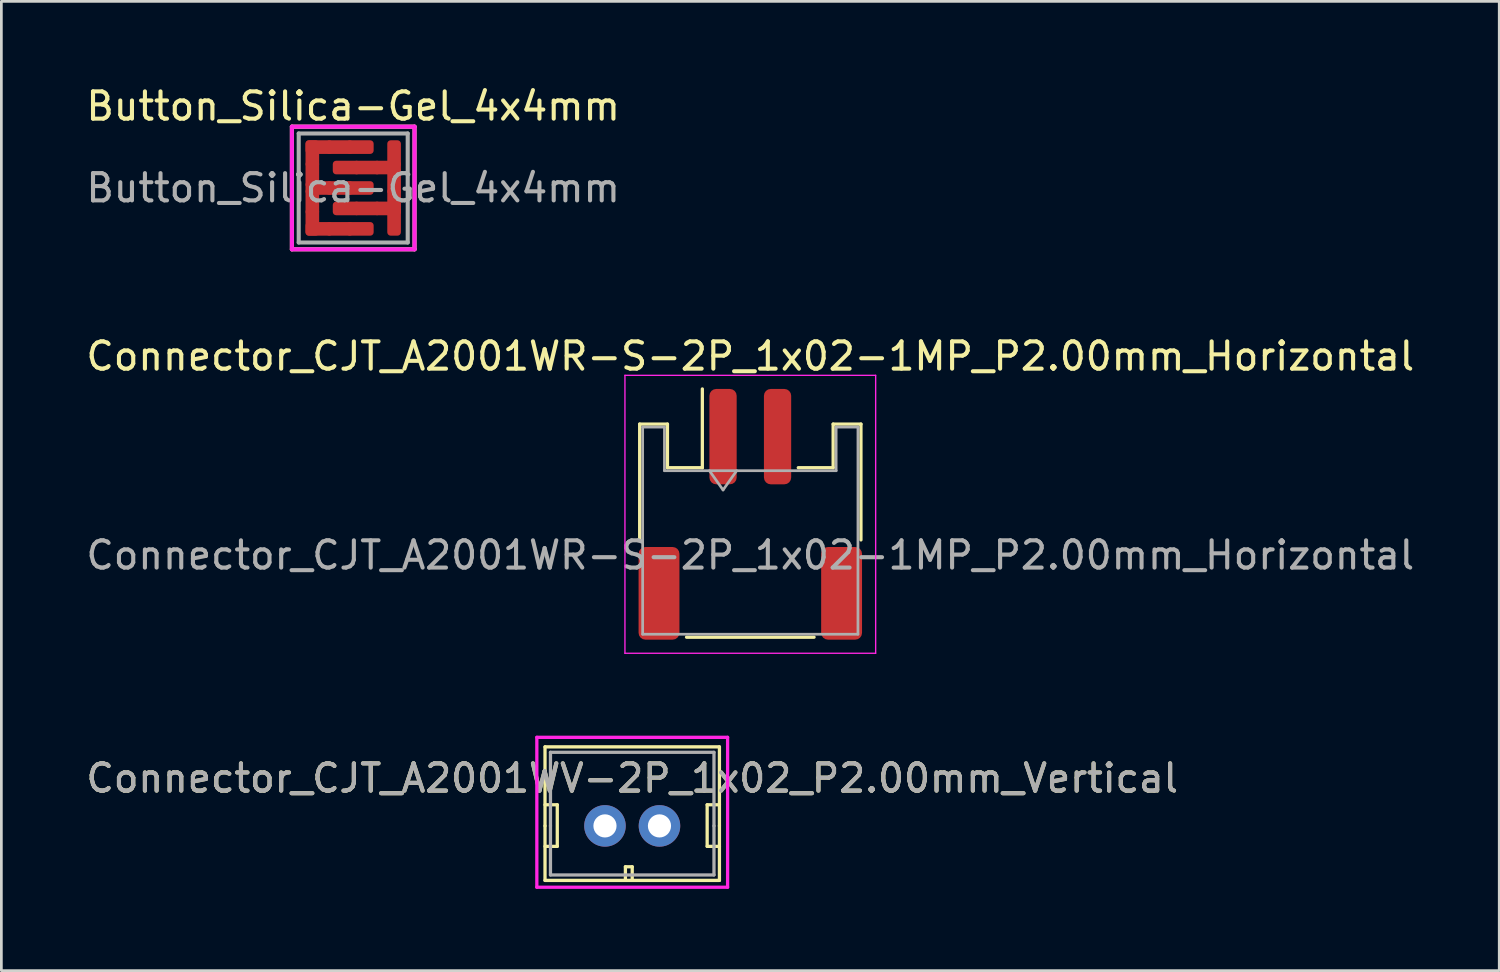
<source format=kicad_pcb>
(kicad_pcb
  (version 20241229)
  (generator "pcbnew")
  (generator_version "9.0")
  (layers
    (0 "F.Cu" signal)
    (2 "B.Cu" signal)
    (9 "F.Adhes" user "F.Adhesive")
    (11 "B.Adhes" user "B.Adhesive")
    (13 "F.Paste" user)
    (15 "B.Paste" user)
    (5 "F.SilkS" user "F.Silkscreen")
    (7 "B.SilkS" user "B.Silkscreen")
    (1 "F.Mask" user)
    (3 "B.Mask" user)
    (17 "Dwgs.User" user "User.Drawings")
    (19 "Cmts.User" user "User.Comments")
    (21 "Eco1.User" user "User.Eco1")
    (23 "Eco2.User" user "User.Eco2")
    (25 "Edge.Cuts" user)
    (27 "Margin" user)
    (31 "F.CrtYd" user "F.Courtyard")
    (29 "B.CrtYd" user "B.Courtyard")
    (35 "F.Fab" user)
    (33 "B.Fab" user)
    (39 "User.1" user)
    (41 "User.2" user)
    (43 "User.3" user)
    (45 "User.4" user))
  (footprint "Button_Silica-Gel_4x4mm"
    (layer "F.Cu")
    (at 9.911 3.848)
    (property "Reference" "Button_Silica-Gel_4x4mm" (at 0 -3 0) (layer "F.SilkS") (effects (font (size 1 1) (thickness 0.15))))
    (attr exclude_from_pos_files exclude_from_bom)
    (fp_line (start -2.25 -2.25) (end -2.25 2.25) (stroke (width 0.15) (type solid)) (layer "F.SilkS"))
    (fp_line (start -2.25 2.25) (end 2.25 2.25) (stroke (width 0.15) (type solid)) (layer "F.SilkS"))
    (fp_line (start 2.25 -2.25) (end -2.25 -2.25) (stroke (width 0.15) (type solid)) (layer "F.SilkS"))
    (fp_line (start 2.25 2.25) (end 2.25 -2.25) (stroke (width 0.15) (type solid)) (layer "F.SilkS"))
    (fp_line (start -2.25 -2.25) (end 2.25 -2.25) (stroke (width 0.15) (type solid)) (layer "F.CrtYd"))
    (fp_line (start -2.25 2.25) (end -2.25 -2.25) (stroke (width 0.15) (type solid)) (layer "F.CrtYd"))
    (fp_line (start 2.25 -2.25) (end 2.25 2.25) (stroke (width 0.15) (type solid)) (layer "F.CrtYd"))
    (fp_line (start 2.25 2.25) (end -2.25 2.25) (stroke (width 0.15) (type solid)) (layer "F.CrtYd"))
    (fp_line (start -2 -2) (end -2 2) (stroke (width 0.15) (type solid)) (layer "F.Fab"))
    (fp_line (start -2 2) (end 2 2) (stroke (width 0.15) (type solid)) (layer "F.Fab"))
    (fp_line (start 2 -2) (end -2 -2) (stroke (width 0.15) (type solid)) (layer "F.Fab"))
    (fp_line (start 2 2) (end 2 -2) (stroke (width 0.15) (type solid)) (layer "F.Fab"))
    (fp_text user "${REFERENCE}" (at 0 0 0) (layer "F.Fab") (effects (font (size 1 1) (thickness 0.15))))
    (pad "1" smd roundrect (at -1.5 -1.25 180) (size 0.5 1) (layers "F.Cu" "F.Mask" "F.Paste") (roundrect_rratio 0.25))
    (pad "1" smd roundrect (at -1.5 -0.5 180) (size 0.5 1) (layers "F.Cu" "F.Mask" "F.Paste") (roundrect_rratio 0.25))
    (pad "1" smd roundrect (at -1.5 0.5 180) (size 0.5 1) (layers "F.Cu" "F.Mask" "F.Paste") (roundrect_rratio 0.25))
    (pad "1" smd roundrect (at -1.5 1.25 180) (size 0.5 1) (layers "F.Cu" "F.Mask" "F.Paste") (roundrect_rratio 0.25))
    (pad "1" smd roundrect (at -1.25 -1.5 270) (size 0.5 1) (layers "F.Cu" "F.Mask" "F.Paste") (roundrect_rratio 0.25))
    (pad "1" smd roundrect (at -1.25 0 90) (size 0.5 1) (layers "F.Cu" "F.Mask" "F.Paste") (roundrect_rratio 0.25))
    (pad "1" smd roundrect (at -1.25 1.5 90) (size 0.5 1) (layers "F.Cu" "F.Mask" "F.Paste") (roundrect_rratio 0.25))
    (pad "1" smd roundrect (at -0.5 -1.5 270) (size 0.5 1) (layers "F.Cu" "F.Mask" "F.Paste") (roundrect_rratio 0.25))
    (pad "1" smd roundrect (at -0.5 0 90) (size 0.5 1) (layers "F.Cu" "F.Mask" "F.Paste") (roundrect_rratio 0.25))
    (pad "1" smd roundrect (at -0.5 1.5 90) (size 0.5 1) (layers "F.Cu" "F.Mask" "F.Paste") (roundrect_rratio 0.25))
    (pad "1" smd roundrect (at 0.25 -1.5 270) (size 0.5 1) (layers "F.Cu" "F.Mask" "F.Paste") (roundrect_rratio 0.25))
    (pad "1" smd roundrect (at 0.25 0 90) (size 0.5 1) (layers "F.Cu" "F.Mask" "F.Paste") (roundrect_rratio 0.25))
    (pad "1" smd roundrect (at 0.25 1.5 90) (size 0.5 1) (layers "F.Cu" "F.Mask" "F.Paste") (roundrect_rratio 0.25))
    (pad "2" smd roundrect (at -0.25 -0.75 90) (size 0.5 1) (layers "F.Cu" "F.Mask" "F.Paste") (roundrect_rratio 0.25))
    (pad "2" smd roundrect (at -0.25 0.75 90) (size 0.5 1) (layers "F.Cu" "F.Mask" "F.Paste") (roundrect_rratio 0.25))
    (pad "2" smd roundrect (at 0.5 -0.75 90) (size 0.5 1) (layers "F.Cu" "F.Mask" "F.Paste") (roundrect_rratio 0.25))
    (pad "2" smd roundrect (at 0.5 0.75 90) (size 0.5 1) (layers "F.Cu" "F.Mask" "F.Paste") (roundrect_rratio 0.25))
    (pad "2" smd roundrect (at 1.25 -0.75 90) (size 0.5 1) (layers "F.Cu" "F.Mask" "F.Paste") (roundrect_rratio 0.25))
    (pad "2" smd roundrect (at 1.25 0.75 90) (size 0.5 1) (layers "F.Cu" "F.Mask" "F.Paste") (roundrect_rratio 0.25))
    (pad "2" smd roundrect (at 1.5 -1.25 180) (size 0.5 1) (layers "F.Cu" "F.Mask" "F.Paste") (roundrect_rratio 0.25))
    (pad "2" smd roundrect (at 1.5 -0.25 180) (size 0.5 1) (layers "F.Cu" "F.Mask" "F.Paste") (roundrect_rratio 0.25))
    (pad "2" smd roundrect (at 1.5 0.5 180) (size 0.5 1) (layers "F.Cu" "F.Mask" "F.Paste") (roundrect_rratio 0.25))
    (pad "2" smd roundrect (at 1.5 1.25 180) (size 0.5 1) (layers "F.Cu" "F.Mask" "F.Paste") (roundrect_rratio 0.25)))
  (footprint "Connector_CJT_A2001WR-S-2P_1x02-1MP_P2.00mm_Horizontal"
    (layer "F.Cu")
    (at 24.482 15.822)
    (property "Reference" "Connector_CJT_A2001WR-S-2P_1x02-1MP_P2.00mm_Horizontal" (at 0 -5.8 0) (layer "F.SilkS") (effects (font (size 1 1) (thickness 0.15))))
    (attr smd)
    (fp_line (start -4.06 -3.31) (end -3.04 -3.31) (stroke (width 0.12) (type solid)) (layer "F.SilkS"))
    (fp_line (start -4.06 0.94) (end -4.06 -3.31) (stroke (width 0.12) (type solid)) (layer "F.SilkS"))
    (fp_line (start -3.04 -3.31) (end -3.04 -1.71) (stroke (width 0.12) (type solid)) (layer "F.SilkS"))
    (fp_line (start -3.04 -1.71) (end -1.76 -1.71) (stroke (width 0.12) (type solid)) (layer "F.SilkS"))
    (fp_line (start -2.34 4.51) (end 2.34 4.51) (stroke (width 0.12) (type solid)) (layer "F.SilkS"))
    (fp_line (start -1.76 -1.71) (end -1.76 -4.6) (stroke (width 0.12) (type solid)) (layer "F.SilkS"))
    (fp_line (start 3.04 -3.31) (end 3.04 -1.71) (stroke (width 0.12) (type solid)) (layer "F.SilkS"))
    (fp_line (start 3.04 -1.71) (end 1.76 -1.71) (stroke (width 0.12) (type solid)) (layer "F.SilkS"))
    (fp_line (start 4.06 -3.31) (end 3.04 -3.31) (stroke (width 0.12) (type solid)) (layer "F.SilkS"))
    (fp_line (start 4.06 0.94) (end 4.06 -3.31) (stroke (width 0.12) (type solid)) (layer "F.SilkS"))
    (fp_line (start -4.6 -5.1) (end -4.6 5.1) (stroke (width 0.05) (type solid)) (layer "F.CrtYd"))
    (fp_line (start -4.6 5.1) (end 4.6 5.1) (stroke (width 0.05) (type solid)) (layer "F.CrtYd"))
    (fp_line (start 4.6 -5.1) (end -4.6 -5.1) (stroke (width 0.05) (type solid)) (layer "F.CrtYd"))
    (fp_line (start 4.6 5.1) (end 4.6 -5.1) (stroke (width 0.05) (type solid)) (layer "F.CrtYd"))
    (fp_line (start -3.95 -3.2) (end -3.95 4.4) (stroke (width 0.1) (type solid)) (layer "F.Fab"))
    (fp_line (start -3.95 -3.2) (end -3.15 -3.2) (stroke (width 0.1) (type solid)) (layer "F.Fab"))
    (fp_line (start -3.95 4.4) (end 3.95 4.4) (stroke (width 0.1) (type solid)) (layer "F.Fab"))
    (fp_line (start -3.15 -3.2) (end -3.15 -1.6) (stroke (width 0.1) (type solid)) (layer "F.Fab"))
    (fp_line (start -3.15 -1.6) (end 3.15 -1.6) (stroke (width 0.1) (type solid)) (layer "F.Fab"))
    (fp_line (start -1.5 -1.6) (end -1 -0.893) (stroke (width 0.1) (type solid)) (layer "F.Fab"))
    (fp_line (start -1 -0.893) (end -0.5 -1.6) (stroke (width 0.1) (type solid)) (layer "F.Fab"))
    (fp_line (start 3.15 -3.2) (end 3.95 -3.2) (stroke (width 0.1) (type solid)) (layer "F.Fab"))
    (fp_line (start 3.15 -1.6) (end 3.15 -3.2) (stroke (width 0.1) (type solid)) (layer "F.Fab"))
    (fp_line (start 3.95 -3.2) (end 3.95 4.4) (stroke (width 0.1) (type solid)) (layer "F.Fab"))
    (fp_text user "${REFERENCE}" (at 0 1.5 0) (layer "F.Fab") (effects (font (size 1 1) (thickness 0.15))))
    (pad "1" smd roundrect (at -1 -2.85) (size 1 3.5) (layers "F.Cu" "F.Mask" "F.Paste") (roundrect_rratio 0.25))
    (pad "2" smd roundrect (at 1 -2.85) (size 1 3.5) (layers "F.Cu" "F.Mask" "F.Paste") (roundrect_rratio 0.25))
    (pad "MP" smd roundrect (at -3.35 2.9) (size 1.5 3.4) (layers "F.Cu" "F.Mask" "F.Paste") (roundrect_rratio 0.167))
    (pad "MP" smd roundrect (at 3.35 2.9) (size 1.5 3.4) (layers "F.Cu" "F.Mask" "F.Paste") (roundrect_rratio 0.167)))
  (footprint "Connector_CJT_A2001WV-2P_1x02_P2.00mm_Vertical"
    (layer "F.Cu")
    (at 20.149 27.256)
    (property "Reference" "Connector_CJT_A2001WV-2P_1x02_P2.00mm_Vertical" (at 0 -1.75 0) (layer "F.SilkS") (effects (font (size 1 1) (thickness 0.15))))
    (attr through_hole)
    (fp_line (start -3.2 -2.9) (end -3.2 0) (stroke (width 0.12) (type solid)) (layer "F.SilkS"))
    (fp_line (start -3.2 0) (end -3.2 2) (stroke (width 0.12) (type solid)) (layer "F.SilkS"))
    (fp_line (start -3.2 0.75) (end -2.75 0.75) (stroke (width 0.12) (type solid)) (layer "F.SilkS"))
    (fp_line (start -3.2 2) (end 3.2 2) (stroke (width 0.12) (type solid)) (layer "F.SilkS"))
    (fp_line (start -2.75 -0.775) (end -3.2 -0.775) (stroke (width 0.12) (type solid)) (layer "F.SilkS"))
    (fp_line (start -2.75 0.75) (end -2.75 -0.775) (stroke (width 0.12) (type solid)) (layer "F.SilkS"))
    (fp_line (start -0.25 1.5) (end 0 1.5) (stroke (width 0.12) (type solid)) (layer "F.SilkS"))
    (fp_line (start -0.25 2) (end -0.25 1.5) (stroke (width 0.12) (type solid)) (layer "F.SilkS"))
    (fp_line (start 0 1.5) (end 0 2) (stroke (width 0.12) (type solid)) (layer "F.SilkS"))
    (fp_line (start 2.75 -0.775) (end 2.75 0.75) (stroke (width 0.12) (type solid)) (layer "F.SilkS"))
    (fp_line (start 2.75 0.75) (end 3.2 0.75) (stroke (width 0.12) (type solid)) (layer "F.SilkS"))
    (fp_line (start 3.2 -2.9) (end -3.2 -2.9) (stroke (width 0.12) (type solid)) (layer "F.SilkS"))
    (fp_line (start 3.2 -0.775) (end 2.75 -0.775) (stroke (width 0.12) (type solid)) (layer "F.SilkS"))
    (fp_line (start 3.2 0) (end 3.2 -2.9) (stroke (width 0.12) (type solid)) (layer "F.SilkS"))
    (fp_line (start 3.2 2) (end 3.2 0) (stroke (width 0.12) (type solid)) (layer "F.SilkS"))
    (fp_line (start -3.5 -3.25) (end -3.5 2.25) (stroke (width 0.12) (type solid)) (layer "F.CrtYd"))
    (fp_line (start -3.5 2.25) (end 3.5 2.25) (stroke (width 0.12) (type solid)) (layer "F.CrtYd"))
    (fp_line (start 3.5 -3.25) (end -3.5 -3.25) (stroke (width 0.12) (type solid)) (layer "F.CrtYd"))
    (fp_line (start 3.5 2.25) (end 3.5 -3.25) (stroke (width 0.12) (type solid)) (layer "F.CrtYd"))
    (fp_line (start -3 -2.7) (end -3 0) (stroke (width 0.12) (type solid)) (layer "F.Fab"))
    (fp_line (start -3 1.8) (end -3 0) (stroke (width 0.12) (type solid)) (layer "F.Fab"))
    (fp_line (start -3 1.8) (end 3 1.8) (stroke (width 0.12) (type solid)) (layer "F.Fab"))
    (fp_line (start 3 -2.7) (end -3 -2.7) (stroke (width 0.12) (type solid)) (layer "F.Fab"))
    (fp_line (start 3 0) (end 3 -2.7) (stroke (width 0.12) (type solid)) (layer "F.Fab"))
    (fp_line (start 3 1.8) (end 3 0) (stroke (width 0.12) (type solid)) (layer "F.Fab"))
    (fp_text user "${REFERENCE}" (at 0 -1.75 0) (layer "F.Fab") (effects (font (size 1 1) (thickness 0.15))))
    (pad "1" thru_hole circle (at 1 0) (size 1.524 1.524) (drill 0.85) (layers "*.Cu" "*.Mask"))
    (pad "2" thru_hole circle (at -1 0) (size 1.524 1.524) (drill 0.85) (layers "*.Cu" "*.Mask")))
  (gr_rect
    (start -3 -3)
    (end 51.964 32.566)
    (stroke (width 0.1) (type default))
    (fill no)
    (layer "Edge.Cuts")))
</source>
